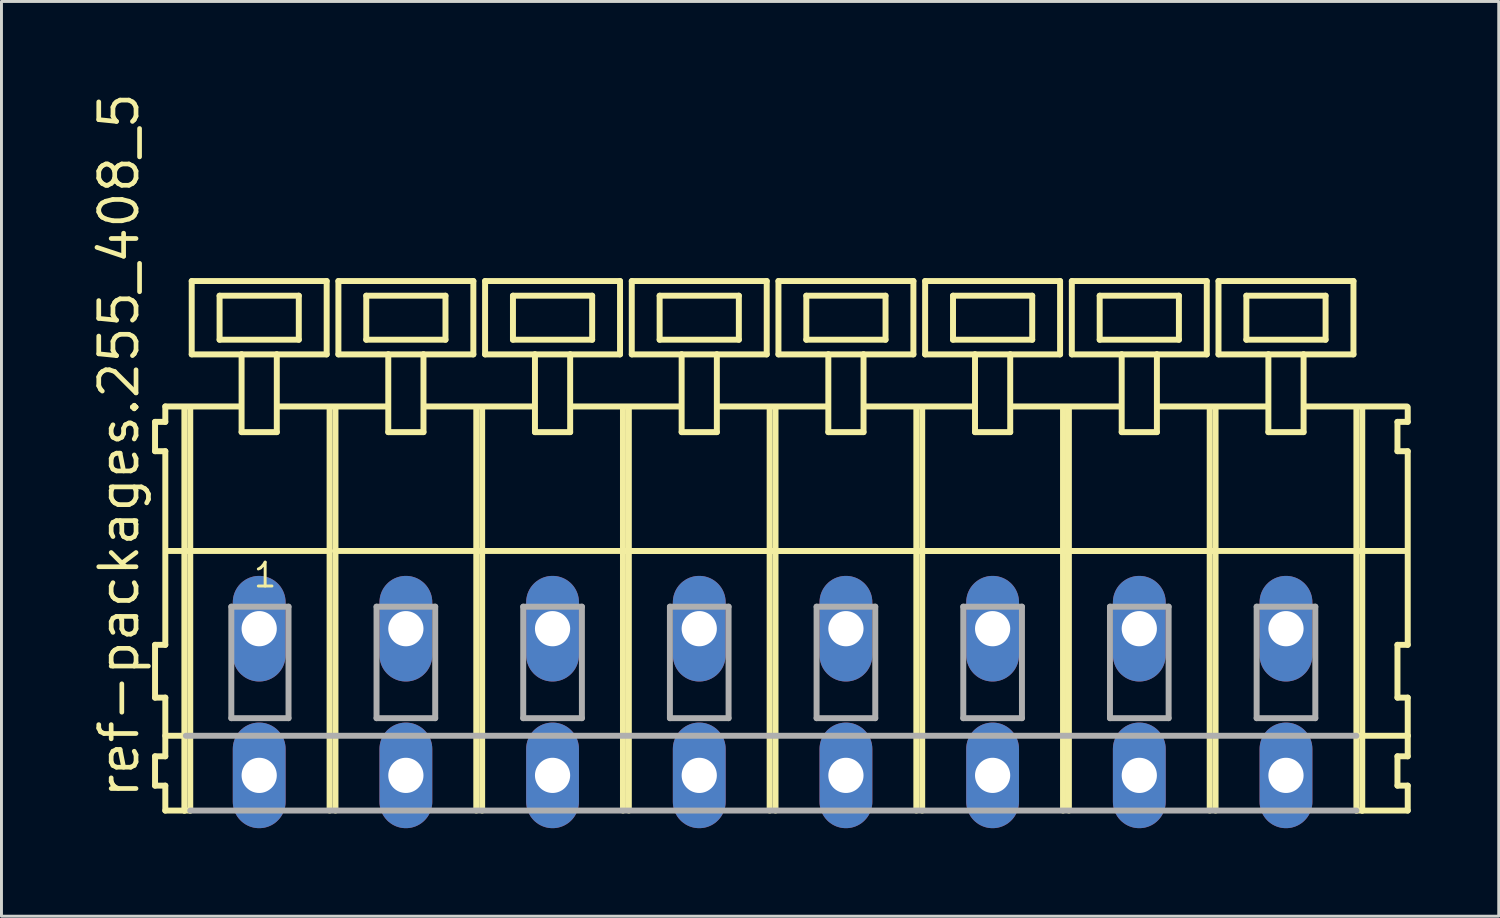
<source format=kicad_pcb>
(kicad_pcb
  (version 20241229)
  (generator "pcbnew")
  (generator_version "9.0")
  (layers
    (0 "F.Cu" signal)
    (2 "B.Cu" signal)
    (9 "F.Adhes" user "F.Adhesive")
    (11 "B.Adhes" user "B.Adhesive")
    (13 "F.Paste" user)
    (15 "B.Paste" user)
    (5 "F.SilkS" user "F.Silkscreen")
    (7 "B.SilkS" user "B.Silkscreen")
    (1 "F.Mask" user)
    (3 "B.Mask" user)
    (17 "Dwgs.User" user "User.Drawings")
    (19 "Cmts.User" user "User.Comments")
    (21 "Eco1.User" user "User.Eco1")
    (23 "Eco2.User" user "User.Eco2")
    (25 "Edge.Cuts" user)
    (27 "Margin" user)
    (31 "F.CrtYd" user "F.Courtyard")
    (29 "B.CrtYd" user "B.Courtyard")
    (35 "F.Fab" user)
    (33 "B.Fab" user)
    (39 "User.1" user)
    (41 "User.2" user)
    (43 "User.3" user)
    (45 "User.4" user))
  (footprint "ref-packages.255_408_5"
    (layer "F.Cu")
    (at 23.285 18.38)
    (property "Reference" "ref-packages.255_408_5" (at -21.535 5.855 90) (layer "F.SilkS") (effects (font (size 1.27 1.27) (thickness 0.16)) (justify left bottom)))
    (attr through_hole)
    (fp_line (start -21.05 -7.05) (end -21.05 -6.05) (stroke (width 0.203) (type default)) (layer "F.SilkS"))
    (fp_line (start -21.05 -6.05) (end -20.7 -6.05) (stroke (width 0.203) (type default)) (layer "F.SilkS"))
    (fp_line (start -21.05 0.55) (end -21.05 2.35) (stroke (width 0.203) (type default)) (layer "F.SilkS"))
    (fp_line (start -21.05 2.35) (end -20.7 2.35) (stroke (width 0.203) (type default)) (layer "F.SilkS"))
    (fp_line (start -21.05 4.35) (end -21.05 5.35) (stroke (width 0.203) (type default)) (layer "F.SilkS"))
    (fp_line (start -21.05 5.35) (end -20.7 5.35) (stroke (width 0.203) (type default)) (layer "F.SilkS"))
    (fp_line (start -20.7 -7.575) (end -20.7 -7.05) (stroke (width 0.203) (type default)) (layer "F.SilkS"))
    (fp_line (start -20.7 -7.575) (end -18.125 -7.575) (stroke (width 0.203) (type default)) (layer "F.SilkS"))
    (fp_line (start -20.7 -7.05) (end -21.05 -7.05) (stroke (width 0.203) (type default)) (layer "F.SilkS"))
    (fp_line (start -20.7 -6.05) (end -20.7 0.55) (stroke (width 0.203) (type default)) (layer "F.SilkS"))
    (fp_line (start -20.7 0.55) (end -21.05 0.55) (stroke (width 0.203) (type default)) (layer "F.SilkS"))
    (fp_line (start -20.7 2.35) (end -20.7 4.35) (stroke (width 0.203) (type default)) (layer "F.SilkS"))
    (fp_line (start -20.7 3.65) (end -20 3.65) (stroke (width 0.203) (type default)) (layer "F.SilkS"))
    (fp_line (start -20.7 4.35) (end -21.05 4.35) (stroke (width 0.203) (type default)) (layer "F.SilkS"))
    (fp_line (start -20.7 5.35) (end -20.7 6.2) (stroke (width 0.203) (type default)) (layer "F.SilkS"))
    (fp_line (start -20.7 6.2) (end -20.05 6.2) (stroke (width 0.203) (type default)) (layer "F.SilkS"))
    (fp_line (start -20.65 -2.65) (end -15.1 -2.65) (stroke (width 0.203) (type default)) (layer "F.SilkS"))
    (fp_line (start -20.05 -7.55) (end -20.05 6.2) (stroke (width 0.203) (type default)) (layer "F.SilkS"))
    (fp_line (start -20.05 6.2) (end -19.85 6.2) (stroke (width 0.203) (type default)) (layer "F.SilkS"))
    (fp_line (start -19.85 -7.55) (end -19.85 6.2) (stroke (width 0.203) (type default)) (layer "F.SilkS"))
    (fp_line (start -19.8 -11.85) (end -19.8 -9.35) (stroke (width 0.203) (type default)) (layer "F.SilkS"))
    (fp_line (start -19.8 -9.35) (end -18.1 -9.35) (stroke (width 0.203) (type default)) (layer "F.SilkS"))
    (fp_line (start -18.85 -11.35) (end -18.85 -9.85) (stroke (width 0.203) (type default)) (layer "F.SilkS"))
    (fp_line (start -18.85 -9.85) (end -16.15 -9.85) (stroke (width 0.203) (type default)) (layer "F.SilkS"))
    (fp_line (start -18.1 -9.35) (end -18.1 -6.7) (stroke (width 0.203) (type default)) (layer "F.SilkS"))
    (fp_line (start -18.1 -9.35) (end -16.9 -9.35) (stroke (width 0.203) (type default)) (layer "F.SilkS"))
    (fp_line (start -18.1 -6.7) (end -16.9 -6.7) (stroke (width 0.203) (type default)) (layer "F.SilkS"))
    (fp_line (start -16.9 -9.35) (end -15.2 -9.35) (stroke (width 0.203) (type default)) (layer "F.SilkS"))
    (fp_line (start -16.9 -6.7) (end -16.9 -9.35) (stroke (width 0.203) (type default)) (layer "F.SilkS"))
    (fp_line (start -16.825 -7.575) (end -13.125 -7.575) (stroke (width 0.203) (type default)) (layer "F.SilkS"))
    (fp_line (start -16.15 -11.35) (end -18.85 -11.35) (stroke (width 0.203) (type default)) (layer "F.SilkS"))
    (fp_line (start -16.15 -9.85) (end -16.15 -11.35) (stroke (width 0.203) (type default)) (layer "F.SilkS"))
    (fp_line (start -15.2 -11.85) (end -19.8 -11.85) (stroke (width 0.203) (type default)) (layer "F.SilkS"))
    (fp_line (start -15.2 -9.35) (end -15.2 -11.85) (stroke (width 0.203) (type default)) (layer "F.SilkS"))
    (fp_line (start -15.1 -7.55) (end -15.1 -2.65) (stroke (width 0.203) (type default)) (layer "F.SilkS"))
    (fp_line (start -15.1 -2.65) (end -15.1 6.2) (stroke (width 0.203) (type default)) (layer "F.SilkS"))
    (fp_line (start -14.9 -7.55) (end -14.9 -2.65) (stroke (width 0.203) (type default)) (layer "F.SilkS"))
    (fp_line (start -14.9 -2.65) (end -14.9 6.2) (stroke (width 0.203) (type default)) (layer "F.SilkS"))
    (fp_line (start -14.9 -2.65) (end -10.1 -2.65) (stroke (width 0.203) (type default)) (layer "F.SilkS"))
    (fp_line (start -14.8 -11.85) (end -14.8 -9.35) (stroke (width 0.203) (type default)) (layer "F.SilkS"))
    (fp_line (start -14.8 -9.35) (end -13.1 -9.35) (stroke (width 0.203) (type default)) (layer "F.SilkS"))
    (fp_line (start -13.85 -11.35) (end -13.85 -9.85) (stroke (width 0.203) (type default)) (layer "F.SilkS"))
    (fp_line (start -13.85 -9.85) (end -11.15 -9.85) (stroke (width 0.203) (type default)) (layer "F.SilkS"))
    (fp_line (start -13.1 -9.35) (end -13.1 -6.7) (stroke (width 0.203) (type default)) (layer "F.SilkS"))
    (fp_line (start -13.1 -9.35) (end -11.9 -9.35) (stroke (width 0.203) (type default)) (layer "F.SilkS"))
    (fp_line (start -13.1 -6.7) (end -11.9 -6.7) (stroke (width 0.203) (type default)) (layer "F.SilkS"))
    (fp_line (start -11.9 -9.35) (end -10.2 -9.35) (stroke (width 0.203) (type default)) (layer "F.SilkS"))
    (fp_line (start -11.9 -6.7) (end -11.9 -9.35) (stroke (width 0.203) (type default)) (layer "F.SilkS"))
    (fp_line (start -11.875 -7.575) (end -8.125 -7.575) (stroke (width 0.203) (type default)) (layer "F.SilkS"))
    (fp_line (start -11.15 -11.35) (end -13.85 -11.35) (stroke (width 0.203) (type default)) (layer "F.SilkS"))
    (fp_line (start -11.15 -9.85) (end -11.15 -11.35) (stroke (width 0.203) (type default)) (layer "F.SilkS"))
    (fp_line (start -10.2 -11.85) (end -14.8 -11.85) (stroke (width 0.203) (type default)) (layer "F.SilkS"))
    (fp_line (start -10.2 -9.35) (end -10.2 -11.85) (stroke (width 0.203) (type default)) (layer "F.SilkS"))
    (fp_line (start -10.1 -7.55) (end -10.1 -2.65) (stroke (width 0.203) (type default)) (layer "F.SilkS"))
    (fp_line (start -10.1 -2.65) (end -10.1 6.2) (stroke (width 0.203) (type default)) (layer "F.SilkS"))
    (fp_line (start -10.1 -2.65) (end -9.9 -2.65) (stroke (width 0.203) (type default)) (layer "F.SilkS"))
    (fp_line (start -9.9 -7.55) (end -9.9 -2.65) (stroke (width 0.203) (type default)) (layer "F.SilkS"))
    (fp_line (start -9.9 -2.65) (end -9.9 6.2) (stroke (width 0.203) (type default)) (layer "F.SilkS"))
    (fp_line (start -9.9 -2.65) (end -5.1 -2.65) (stroke (width 0.203) (type default)) (layer "F.SilkS"))
    (fp_line (start -9.8 -11.85) (end -9.8 -9.35) (stroke (width 0.203) (type default)) (layer "F.SilkS"))
    (fp_line (start -9.8 -9.35) (end -8.1 -9.35) (stroke (width 0.203) (type default)) (layer "F.SilkS"))
    (fp_line (start -8.85 -11.35) (end -8.85 -9.85) (stroke (width 0.203) (type default)) (layer "F.SilkS"))
    (fp_line (start -8.85 -9.85) (end -6.15 -9.85) (stroke (width 0.203) (type default)) (layer "F.SilkS"))
    (fp_line (start -8.1 -9.35) (end -8.1 -6.7) (stroke (width 0.203) (type default)) (layer "F.SilkS"))
    (fp_line (start -8.1 -9.35) (end -6.9 -9.35) (stroke (width 0.203) (type default)) (layer "F.SilkS"))
    (fp_line (start -8.1 -6.7) (end -6.9 -6.7) (stroke (width 0.203) (type default)) (layer "F.SilkS"))
    (fp_line (start -6.9 -9.35) (end -5.2 -9.35) (stroke (width 0.203) (type default)) (layer "F.SilkS"))
    (fp_line (start -6.9 -6.7) (end -6.9 -9.35) (stroke (width 0.203) (type default)) (layer "F.SilkS"))
    (fp_line (start -6.875 -7.575) (end -3.125 -7.575) (stroke (width 0.203) (type default)) (layer "F.SilkS"))
    (fp_line (start -6.15 -11.35) (end -8.85 -11.35) (stroke (width 0.203) (type default)) (layer "F.SilkS"))
    (fp_line (start -6.15 -9.85) (end -6.15 -11.35) (stroke (width 0.203) (type default)) (layer "F.SilkS"))
    (fp_line (start -5.2 -11.85) (end -9.8 -11.85) (stroke (width 0.203) (type default)) (layer "F.SilkS"))
    (fp_line (start -5.2 -9.35) (end -5.2 -11.85) (stroke (width 0.203) (type default)) (layer "F.SilkS"))
    (fp_line (start -5.1 -7.55) (end -5.1 -2.65) (stroke (width 0.203) (type default)) (layer "F.SilkS"))
    (fp_line (start -5.1 -2.65) (end -5.1 6.2) (stroke (width 0.203) (type default)) (layer "F.SilkS"))
    (fp_line (start -5.1 -2.65) (end -4.9 -2.65) (stroke (width 0.203) (type default)) (layer "F.SilkS"))
    (fp_line (start -5.1 -2.65) (end 19.9 -2.65) (stroke (width 0.203) (type default)) (layer "F.SilkS"))
    (fp_line (start -4.9 -7.55) (end -4.9 -2.65) (stroke (width 0.203) (type default)) (layer "F.SilkS"))
    (fp_line (start -4.9 -2.65) (end -4.9 6.2) (stroke (width 0.203) (type default)) (layer "F.SilkS"))
    (fp_line (start -4.9 -2.65) (end -0.1 -2.65) (stroke (width 0.203) (type default)) (layer "F.SilkS"))
    (fp_line (start -4.8 -11.85) (end -4.8 -9.35) (stroke (width 0.203) (type default)) (layer "F.SilkS"))
    (fp_line (start -4.8 -9.35) (end -3.1 -9.35) (stroke (width 0.203) (type default)) (layer "F.SilkS"))
    (fp_line (start -3.85 -11.35) (end -3.85 -9.85) (stroke (width 0.203) (type default)) (layer "F.SilkS"))
    (fp_line (start -3.85 -9.85) (end -1.15 -9.85) (stroke (width 0.203) (type default)) (layer "F.SilkS"))
    (fp_line (start -3.1 -9.35) (end -3.1 -6.7) (stroke (width 0.203) (type default)) (layer "F.SilkS"))
    (fp_line (start -3.1 -9.35) (end -1.9 -9.35) (stroke (width 0.203) (type default)) (layer "F.SilkS"))
    (fp_line (start -3.1 -6.7) (end -1.9 -6.7) (stroke (width 0.203) (type default)) (layer "F.SilkS"))
    (fp_line (start -1.9 -9.35) (end -0.2 -9.35) (stroke (width 0.203) (type default)) (layer "F.SilkS"))
    (fp_line (start -1.9 -6.7) (end -1.9 -9.35) (stroke (width 0.203) (type default)) (layer "F.SilkS"))
    (fp_line (start -1.875 -7.575) (end 1.875 -7.575) (stroke (width 0.203) (type default)) (layer "F.SilkS"))
    (fp_line (start -1.15 -11.35) (end -3.85 -11.35) (stroke (width 0.203) (type default)) (layer "F.SilkS"))
    (fp_line (start -1.15 -9.85) (end -1.15 -11.35) (stroke (width 0.203) (type default)) (layer "F.SilkS"))
    (fp_line (start -0.2 -11.85) (end -4.8 -11.85) (stroke (width 0.203) (type default)) (layer "F.SilkS"))
    (fp_line (start -0.2 -9.35) (end -0.2 -11.85) (stroke (width 0.203) (type default)) (layer "F.SilkS"))
    (fp_line (start -0.1 -7.55) (end -0.1 -2.65) (stroke (width 0.203) (type default)) (layer "F.SilkS"))
    (fp_line (start -0.1 -2.65) (end -0.1 6.2) (stroke (width 0.203) (type default)) (layer "F.SilkS"))
    (fp_line (start -0.1 -2.65) (end 0.1 -2.65) (stroke (width 0.203) (type default)) (layer "F.SilkS"))
    (fp_line (start 0.1 -7.55) (end 0.1 -2.65) (stroke (width 0.203) (type default)) (layer "F.SilkS"))
    (fp_line (start 0.1 -2.65) (end 0.1 6.2) (stroke (width 0.203) (type default)) (layer "F.SilkS"))
    (fp_line (start 0.1 -2.65) (end 4.9 -2.65) (stroke (width 0.203) (type default)) (layer "F.SilkS"))
    (fp_line (start 0.2 -11.85) (end 0.2 -9.35) (stroke (width 0.203) (type default)) (layer "F.SilkS"))
    (fp_line (start 0.2 -9.35) (end 1.9 -9.35) (stroke (width 0.203) (type default)) (layer "F.SilkS"))
    (fp_line (start 1.15 -11.35) (end 1.15 -9.85) (stroke (width 0.203) (type default)) (layer "F.SilkS"))
    (fp_line (start 1.15 -9.85) (end 3.85 -9.85) (stroke (width 0.203) (type default)) (layer "F.SilkS"))
    (fp_line (start 1.9 -9.35) (end 1.9 -6.7) (stroke (width 0.203) (type default)) (layer "F.SilkS"))
    (fp_line (start 1.9 -9.35) (end 3.1 -9.35) (stroke (width 0.203) (type default)) (layer "F.SilkS"))
    (fp_line (start 1.9 -6.7) (end 3.1 -6.7) (stroke (width 0.203) (type default)) (layer "F.SilkS"))
    (fp_line (start 3.1 -9.35) (end 4.8 -9.35) (stroke (width 0.203) (type default)) (layer "F.SilkS"))
    (fp_line (start 3.1 -6.7) (end 3.1 -9.35) (stroke (width 0.203) (type default)) (layer "F.SilkS"))
    (fp_line (start 3.125 -7.575) (end 6.875 -7.575) (stroke (width 0.203) (type default)) (layer "F.SilkS"))
    (fp_line (start 3.85 -11.35) (end 1.15 -11.35) (stroke (width 0.203) (type default)) (layer "F.SilkS"))
    (fp_line (start 3.85 -9.85) (end 3.85 -11.35) (stroke (width 0.203) (type default)) (layer "F.SilkS"))
    (fp_line (start 4.8 -11.85) (end 0.2 -11.85) (stroke (width 0.203) (type default)) (layer "F.SilkS"))
    (fp_line (start 4.8 -9.35) (end 4.8 -11.85) (stroke (width 0.203) (type default)) (layer "F.SilkS"))
    (fp_line (start 4.9 -7.55) (end 4.9 -2.65) (stroke (width 0.203) (type default)) (layer "F.SilkS"))
    (fp_line (start 4.9 -2.65) (end 4.9 6.2) (stroke (width 0.203) (type default)) (layer "F.SilkS"))
    (fp_line (start 4.9 -2.65) (end 5.1 -2.65) (stroke (width 0.203) (type default)) (layer "F.SilkS"))
    (fp_line (start 5.1 -7.55) (end 5.1 -2.65) (stroke (width 0.203) (type default)) (layer "F.SilkS"))
    (fp_line (start 5.1 -2.65) (end 5.1 6.2) (stroke (width 0.203) (type default)) (layer "F.SilkS"))
    (fp_line (start 5.1 -2.65) (end 9.9 -2.65) (stroke (width 0.203) (type default)) (layer "F.SilkS"))
    (fp_line (start 5.2 -11.85) (end 5.2 -9.35) (stroke (width 0.203) (type default)) (layer "F.SilkS"))
    (fp_line (start 5.2 -9.35) (end 6.9 -9.35) (stroke (width 0.203) (type default)) (layer "F.SilkS"))
    (fp_line (start 6.15 -11.35) (end 6.15 -9.85) (stroke (width 0.203) (type default)) (layer "F.SilkS"))
    (fp_line (start 6.15 -9.85) (end 8.85 -9.85) (stroke (width 0.203) (type default)) (layer "F.SilkS"))
    (fp_line (start 6.9 -9.35) (end 6.9 -6.7) (stroke (width 0.203) (type default)) (layer "F.SilkS"))
    (fp_line (start 6.9 -9.35) (end 8.1 -9.35) (stroke (width 0.203) (type default)) (layer "F.SilkS"))
    (fp_line (start 6.9 -6.7) (end 8.1 -6.7) (stroke (width 0.203) (type default)) (layer "F.SilkS"))
    (fp_line (start 8.1 -9.35) (end 9.8 -9.35) (stroke (width 0.203) (type default)) (layer "F.SilkS"))
    (fp_line (start 8.1 -6.7) (end 8.1 -9.35) (stroke (width 0.203) (type default)) (layer "F.SilkS"))
    (fp_line (start 8.125 -7.575) (end 11.875 -7.575) (stroke (width 0.203) (type default)) (layer "F.SilkS"))
    (fp_line (start 8.85 -11.35) (end 6.15 -11.35) (stroke (width 0.203) (type default)) (layer "F.SilkS"))
    (fp_line (start 8.85 -9.85) (end 8.85 -11.35) (stroke (width 0.203) (type default)) (layer "F.SilkS"))
    (fp_line (start 9.8 -11.85) (end 5.2 -11.85) (stroke (width 0.203) (type default)) (layer "F.SilkS"))
    (fp_line (start 9.8 -9.35) (end 9.8 -11.85) (stroke (width 0.203) (type default)) (layer "F.SilkS"))
    (fp_line (start 9.9 -7.55) (end 9.9 -2.65) (stroke (width 0.203) (type default)) (layer "F.SilkS"))
    (fp_line (start 9.9 -2.65) (end 9.9 6.2) (stroke (width 0.203) (type default)) (layer "F.SilkS"))
    (fp_line (start 9.9 -2.65) (end 10.1 -2.65) (stroke (width 0.203) (type default)) (layer "F.SilkS"))
    (fp_line (start 10.1 -7.55) (end 10.1 -2.65) (stroke (width 0.203) (type default)) (layer "F.SilkS"))
    (fp_line (start 10.1 -2.65) (end 10.1 6.2) (stroke (width 0.203) (type default)) (layer "F.SilkS"))
    (fp_line (start 10.1 -2.65) (end 14.9 -2.65) (stroke (width 0.203) (type default)) (layer "F.SilkS"))
    (fp_line (start 10.2 -11.85) (end 10.2 -9.35) (stroke (width 0.203) (type default)) (layer "F.SilkS"))
    (fp_line (start 10.2 -9.35) (end 11.9 -9.35) (stroke (width 0.203) (type default)) (layer "F.SilkS"))
    (fp_line (start 11.15 -11.35) (end 11.15 -9.85) (stroke (width 0.203) (type default)) (layer "F.SilkS"))
    (fp_line (start 11.15 -9.85) (end 13.85 -9.85) (stroke (width 0.203) (type default)) (layer "F.SilkS"))
    (fp_line (start 11.9 -9.35) (end 11.9 -6.7) (stroke (width 0.203) (type default)) (layer "F.SilkS"))
    (fp_line (start 11.9 -9.35) (end 13.1 -9.35) (stroke (width 0.203) (type default)) (layer "F.SilkS"))
    (fp_line (start 11.9 -6.7) (end 13.1 -6.7) (stroke (width 0.203) (type default)) (layer "F.SilkS"))
    (fp_line (start 13.1 -9.35) (end 14.8 -9.35) (stroke (width 0.203) (type default)) (layer "F.SilkS"))
    (fp_line (start 13.1 -6.7) (end 13.1 -9.35) (stroke (width 0.203) (type default)) (layer "F.SilkS"))
    (fp_line (start 13.125 -7.575) (end 16.875 -7.575) (stroke (width 0.203) (type default)) (layer "F.SilkS"))
    (fp_line (start 13.85 -11.35) (end 11.15 -11.35) (stroke (width 0.203) (type default)) (layer "F.SilkS"))
    (fp_line (start 13.85 -9.85) (end 13.85 -11.35) (stroke (width 0.203) (type default)) (layer "F.SilkS"))
    (fp_line (start 14.8 -11.85) (end 10.2 -11.85) (stroke (width 0.203) (type default)) (layer "F.SilkS"))
    (fp_line (start 14.8 -9.35) (end 14.8 -11.85) (stroke (width 0.203) (type default)) (layer "F.SilkS"))
    (fp_line (start 14.9 -7.55) (end 14.9 -2.65) (stroke (width 0.203) (type default)) (layer "F.SilkS"))
    (fp_line (start 14.9 -2.65) (end 14.9 6.2) (stroke (width 0.203) (type default)) (layer "F.SilkS"))
    (fp_line (start 14.9 -2.65) (end 15.1 -2.65) (stroke (width 0.203) (type default)) (layer "F.SilkS"))
    (fp_line (start 15.1 -7.55) (end 15.1 -2.65) (stroke (width 0.203) (type default)) (layer "F.SilkS"))
    (fp_line (start 15.1 -2.65) (end 15.1 6.2) (stroke (width 0.203) (type default)) (layer "F.SilkS"))
    (fp_line (start 15.2 -11.85) (end 15.2 -9.35) (stroke (width 0.203) (type default)) (layer "F.SilkS"))
    (fp_line (start 15.2 -9.35) (end 16.9 -9.35) (stroke (width 0.203) (type default)) (layer "F.SilkS"))
    (fp_line (start 16.15 -11.35) (end 16.15 -9.85) (stroke (width 0.203) (type default)) (layer "F.SilkS"))
    (fp_line (start 16.15 -9.85) (end 18.85 -9.85) (stroke (width 0.203) (type default)) (layer "F.SilkS"))
    (fp_line (start 16.9 -9.35) (end 16.9 -6.7) (stroke (width 0.203) (type default)) (layer "F.SilkS"))
    (fp_line (start 16.9 -9.35) (end 18.1 -9.35) (stroke (width 0.203) (type default)) (layer "F.SilkS"))
    (fp_line (start 16.9 -6.7) (end 18.1 -6.7) (stroke (width 0.203) (type default)) (layer "F.SilkS"))
    (fp_line (start 18.1 -9.35) (end 19.8 -9.35) (stroke (width 0.203) (type default)) (layer "F.SilkS"))
    (fp_line (start 18.1 -6.7) (end 18.1 -9.35) (stroke (width 0.203) (type default)) (layer "F.SilkS"))
    (fp_line (start 18.125 -7.575) (end 21.625 -7.575) (stroke (width 0.203) (type default)) (layer "F.SilkS"))
    (fp_line (start 18.85 -11.35) (end 16.15 -11.35) (stroke (width 0.203) (type default)) (layer "F.SilkS"))
    (fp_line (start 18.85 -9.85) (end 18.85 -11.35) (stroke (width 0.203) (type default)) (layer "F.SilkS"))
    (fp_line (start 19.8 -11.85) (end 15.2 -11.85) (stroke (width 0.203) (type default)) (layer "F.SilkS"))
    (fp_line (start 19.8 -9.35) (end 19.8 -11.85) (stroke (width 0.203) (type default)) (layer "F.SilkS"))
    (fp_line (start 19.9 -7.55) (end 19.9 -2.65) (stroke (width 0.203) (type default)) (layer "F.SilkS"))
    (fp_line (start 19.9 -2.65) (end 19.9 6.2) (stroke (width 0.203) (type default)) (layer "F.SilkS"))
    (fp_line (start 19.9 -2.65) (end 20.1 -2.65) (stroke (width 0.203) (type default)) (layer "F.SilkS"))
    (fp_line (start 19.9 6.2) (end 20.1 6.2) (stroke (width 0.203) (type default)) (layer "F.SilkS"))
    (fp_line (start 19.95 3.65) (end 21.65 3.65) (stroke (width 0.203) (type default)) (layer "F.SilkS"))
    (fp_line (start 20.1 -7.55) (end 20.1 -2.65) (stroke (width 0.203) (type default)) (layer "F.SilkS"))
    (fp_line (start 20.1 -2.65) (end 20.1 6.2) (stroke (width 0.203) (type default)) (layer "F.SilkS"))
    (fp_line (start 20.1 -2.65) (end 21.6 -2.65) (stroke (width 0.203) (type default)) (layer "F.SilkS"))
    (fp_line (start 20.1 6.2) (end 21.65 6.2) (stroke (width 0.203) (type default)) (layer "F.SilkS"))
    (fp_line (start 21.3 -7.05) (end 21.3 -6.05) (stroke (width 0.203) (type default)) (layer "F.SilkS"))
    (fp_line (start 21.3 -6.05) (end 21.65 -6.05) (stroke (width 0.203) (type default)) (layer "F.SilkS"))
    (fp_line (start 21.3 0.55) (end 21.3 2.35) (stroke (width 0.203) (type default)) (layer "F.SilkS"))
    (fp_line (start 21.3 2.35) (end 21.65 2.35) (stroke (width 0.203) (type default)) (layer "F.SilkS"))
    (fp_line (start 21.3 4.35) (end 21.3 5.35) (stroke (width 0.203) (type default)) (layer "F.SilkS"))
    (fp_line (start 21.3 5.35) (end 21.65 5.35) (stroke (width 0.203) (type default)) (layer "F.SilkS"))
    (fp_line (start 21.65 -7.05) (end 21.3 -7.05) (stroke (width 0.203) (type default)) (layer "F.SilkS"))
    (fp_line (start 21.65 -7.05) (end 21.65 -7.55) (stroke (width 0.203) (type default)) (layer "F.SilkS"))
    (fp_line (start 21.65 0.55) (end 21.3 0.55) (stroke (width 0.203) (type default)) (layer "F.SilkS"))
    (fp_line (start 21.65 0.55) (end 21.65 -6.05) (stroke (width 0.203) (type default)) (layer "F.SilkS"))
    (fp_line (start 21.65 3.65) (end 21.65 2.35) (stroke (width 0.203) (type default)) (layer "F.SilkS"))
    (fp_line (start 21.65 4.35) (end 21.3 4.35) (stroke (width 0.203) (type default)) (layer "F.SilkS"))
    (fp_line (start 21.65 4.35) (end 21.65 3.65) (stroke (width 0.203) (type default)) (layer "F.SilkS"))
    (fp_line (start 21.65 6.2) (end 21.65 5.35) (stroke (width 0.203) (type default)) (layer "F.SilkS"))
    (fp_line (start -20 3.65) (end 19.9 3.65) (stroke (width 0.203) (type default)) (layer "F.Fab"))
    (fp_line (start -19.85 6.2) (end 19.9 6.2) (stroke (width 0.203) (type default)) (layer "F.Fab"))
    (fp_line (start -18.45 -0.75) (end -18.45 3.05) (stroke (width 0.203) (type default)) (layer "F.Fab"))
    (fp_line (start -18.45 3.05) (end -16.5 3.05) (stroke (width 0.203) (type default)) (layer "F.Fab"))
    (fp_line (start -16.5 -0.75) (end -18.45 -0.75) (stroke (width 0.203) (type default)) (layer "F.Fab"))
    (fp_line (start -16.5 3.05) (end -16.5 -0.75) (stroke (width 0.203) (type default)) (layer "F.Fab"))
    (fp_line (start -13.5 -0.75) (end -13.5 3.05) (stroke (width 0.203) (type default)) (layer "F.Fab"))
    (fp_line (start -13.5 3.05) (end -11.5 3.05) (stroke (width 0.203) (type default)) (layer "F.Fab"))
    (fp_line (start -11.5 -0.75) (end -13.5 -0.75) (stroke (width 0.203) (type default)) (layer "F.Fab"))
    (fp_line (start -11.5 3.05) (end -11.5 -0.75) (stroke (width 0.203) (type default)) (layer "F.Fab"))
    (fp_line (start -8.5 -0.75) (end -8.5 3.05) (stroke (width 0.203) (type default)) (layer "F.Fab"))
    (fp_line (start -8.5 3.05) (end -6.5 3.05) (stroke (width 0.203) (type default)) (layer "F.Fab"))
    (fp_line (start -6.5 -0.75) (end -8.5 -0.75) (stroke (width 0.203) (type default)) (layer "F.Fab"))
    (fp_line (start -6.5 3.05) (end -6.5 -0.75) (stroke (width 0.203) (type default)) (layer "F.Fab"))
    (fp_line (start -3.5 -0.75) (end -3.5 3.05) (stroke (width 0.203) (type default)) (layer "F.Fab"))
    (fp_line (start -3.5 3.05) (end -1.5 3.05) (stroke (width 0.203) (type default)) (layer "F.Fab"))
    (fp_line (start -1.5 -0.75) (end -3.5 -0.75) (stroke (width 0.203) (type default)) (layer "F.Fab"))
    (fp_line (start -1.5 3.05) (end -1.5 -0.75) (stroke (width 0.203) (type default)) (layer "F.Fab"))
    (fp_line (start 1.5 -0.75) (end 1.5 3.05) (stroke (width 0.203) (type default)) (layer "F.Fab"))
    (fp_line (start 1.5 3.05) (end 3.5 3.05) (stroke (width 0.203) (type default)) (layer "F.Fab"))
    (fp_line (start 3.5 -0.75) (end 1.5 -0.75) (stroke (width 0.203) (type default)) (layer "F.Fab"))
    (fp_line (start 3.5 3.05) (end 3.5 -0.75) (stroke (width 0.203) (type default)) (layer "F.Fab"))
    (fp_line (start 6.5 -0.75) (end 6.5 3.05) (stroke (width 0.203) (type default)) (layer "F.Fab"))
    (fp_line (start 6.5 3.05) (end 8.5 3.05) (stroke (width 0.203) (type default)) (layer "F.Fab"))
    (fp_line (start 8.5 -0.75) (end 6.5 -0.75) (stroke (width 0.203) (type default)) (layer "F.Fab"))
    (fp_line (start 8.5 3.05) (end 8.5 -0.75) (stroke (width 0.203) (type default)) (layer "F.Fab"))
    (fp_line (start 11.5 -0.75) (end 11.5 3.05) (stroke (width 0.203) (type default)) (layer "F.Fab"))
    (fp_line (start 11.5 3.05) (end 13.5 3.05) (stroke (width 0.203) (type default)) (layer "F.Fab"))
    (fp_line (start 13.5 -0.75) (end 11.5 -0.75) (stroke (width 0.203) (type default)) (layer "F.Fab"))
    (fp_line (start 13.5 3.05) (end 13.5 -0.75) (stroke (width 0.203) (type default)) (layer "F.Fab"))
    (fp_line (start 16.5 -0.75) (end 16.5 3.05) (stroke (width 0.203) (type default)) (layer "F.Fab"))
    (fp_line (start 16.5 3.05) (end 18.5 3.05) (stroke (width 0.203) (type default)) (layer "F.Fab"))
    (fp_line (start 18.5 -0.75) (end 16.5 -0.75) (stroke (width 0.203) (type default)) (layer "F.Fab"))
    (fp_line (start 18.5 3.05) (end 18.5 -0.75) (stroke (width 0.203) (type default)) (layer "F.Fab"))
    (fp_text user "1" (at -17.75 -1.35 0) (layer "F.SilkS") (effects (font (size 0.813 0.813) (thickness 0.1)) (justify left bottom)))
    (pad "A1" thru_hole oval (at -17.5 0 90) (size 3.6 1.8) (drill 1.2) (layers "*.Cu" "*.Mask"))
    (pad "A2" thru_hole oval (at -12.5 0 90) (size 3.6 1.8) (drill 1.2) (layers "*.Cu" "*.Mask"))
    (pad "A3" thru_hole oval (at -7.5 0 90) (size 3.6 1.8) (drill 1.2) (layers "*.Cu" "*.Mask"))
    (pad "A4" thru_hole oval (at -2.5 0 90) (size 3.6 1.8) (drill 1.2) (layers "*.Cu" "*.Mask"))
    (pad "A5" thru_hole oval (at 2.5 0 90) (size 3.6 1.8) (drill 1.2) (layers "*.Cu" "*.Mask"))
    (pad "A6" thru_hole oval (at 7.5 0 90) (size 3.6 1.8) (drill 1.2) (layers "*.Cu" "*.Mask"))
    (pad "A7" thru_hole oval (at 12.5 0 90) (size 3.6 1.8) (drill 1.2) (layers "*.Cu" "*.Mask"))
    (pad "A8" thru_hole oval (at 17.5 0 90) (size 3.6 1.8) (drill 1.2) (layers "*.Cu" "*.Mask"))
    (pad "B1" thru_hole oval (at -17.5 5 90) (size 3.6 1.8) (drill 1.2) (layers "*.Cu" "*.Mask"))
    (pad "B2" thru_hole oval (at -12.5 5 90) (size 3.6 1.8) (drill 1.2) (layers "*.Cu" "*.Mask"))
    (pad "B3" thru_hole oval (at -7.5 5 90) (size 3.6 1.8) (drill 1.2) (layers "*.Cu" "*.Mask"))
    (pad "B4" thru_hole oval (at -2.5 5 90) (size 3.6 1.8) (drill 1.2) (layers "*.Cu" "*.Mask"))
    (pad "B5" thru_hole oval (at 2.5 5 90) (size 3.6 1.8) (drill 1.2) (layers "*.Cu" "*.Mask"))
    (pad "B6" thru_hole oval (at 7.5 5 90) (size 3.6 1.8) (drill 1.2) (layers "*.Cu" "*.Mask"))
    (pad "B7" thru_hole oval (at 12.5 5 90) (size 3.6 1.8) (drill 1.2) (layers "*.Cu" "*.Mask"))
    (pad "B8" thru_hole oval (at 17.5 5 90) (size 3.6 1.8) (drill 1.2) (layers "*.Cu" "*.Mask")))
  (gr_rect
    (start -3 -3)
    (end 48.037 28.18)
    (stroke (width 0.1) (type default))
    (fill no)
    (layer "Edge.Cuts")))
</source>
